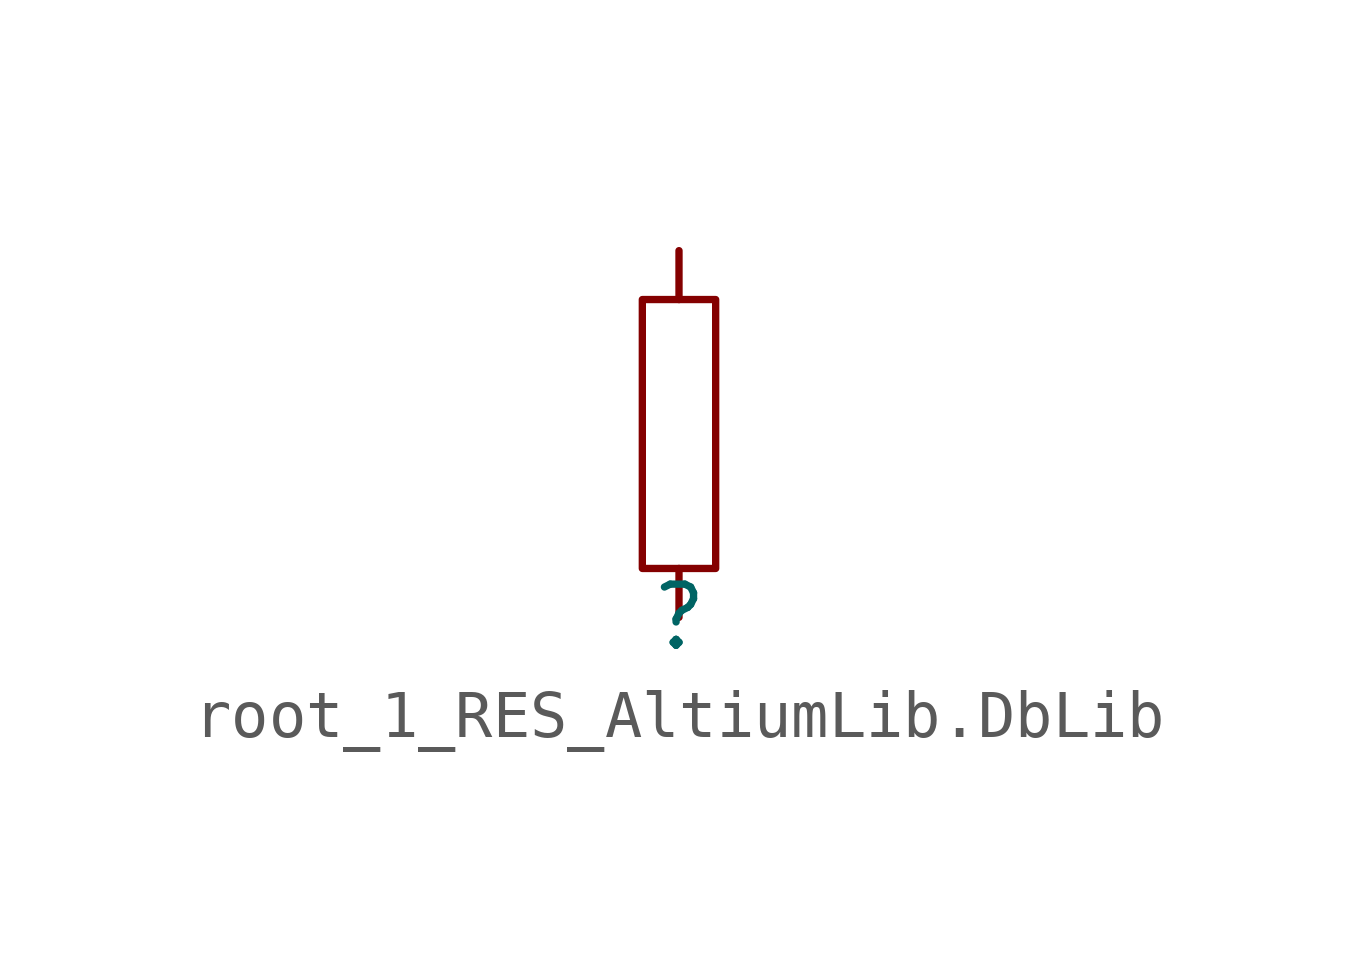
<source format=kicad_sym>
(kicad_symbol_lib
  (version 20241209)
  (generator "kicad_symbol_editor")
  (generator_version "9.0")
  (symbol "root_1_RES_AltiumLib.DbLib"
    (pin_numbers
      (hide yes))
    (pin_names
      (hide yes))
    (property "Reference" ""
      (at 0 0 0)
      (effects (font (size 1.27 1.27))))
    (property "Value" ""
      (at 0 0 0)
      (effects (font (size 1.27 1.27))))
    (symbol "root_1_RES_AltiumLib.DbLib_1_0"
      (polyline (pts (xy -0.762 6.604) (xy -0.762 1.016) (xy 0.762 1.016) (xy 0.762 6.604) (xy -0.762 6.604)) (stroke (width 0) (type solid)) (fill (type none)))
      (pin passive line (at 0 7.62 270) (length 1.016) (name "2" (effects (font (size 1.27 1.27)))) (number "2" (effects (font (size 1.27 1.27)))))
      (pin passive line (at 0 0 90) (length 1.016) (name "1" (effects (font (size 1.27 1.27)))) (number "1" (effects (font (size 1.27 1.27))))))))
</source>
